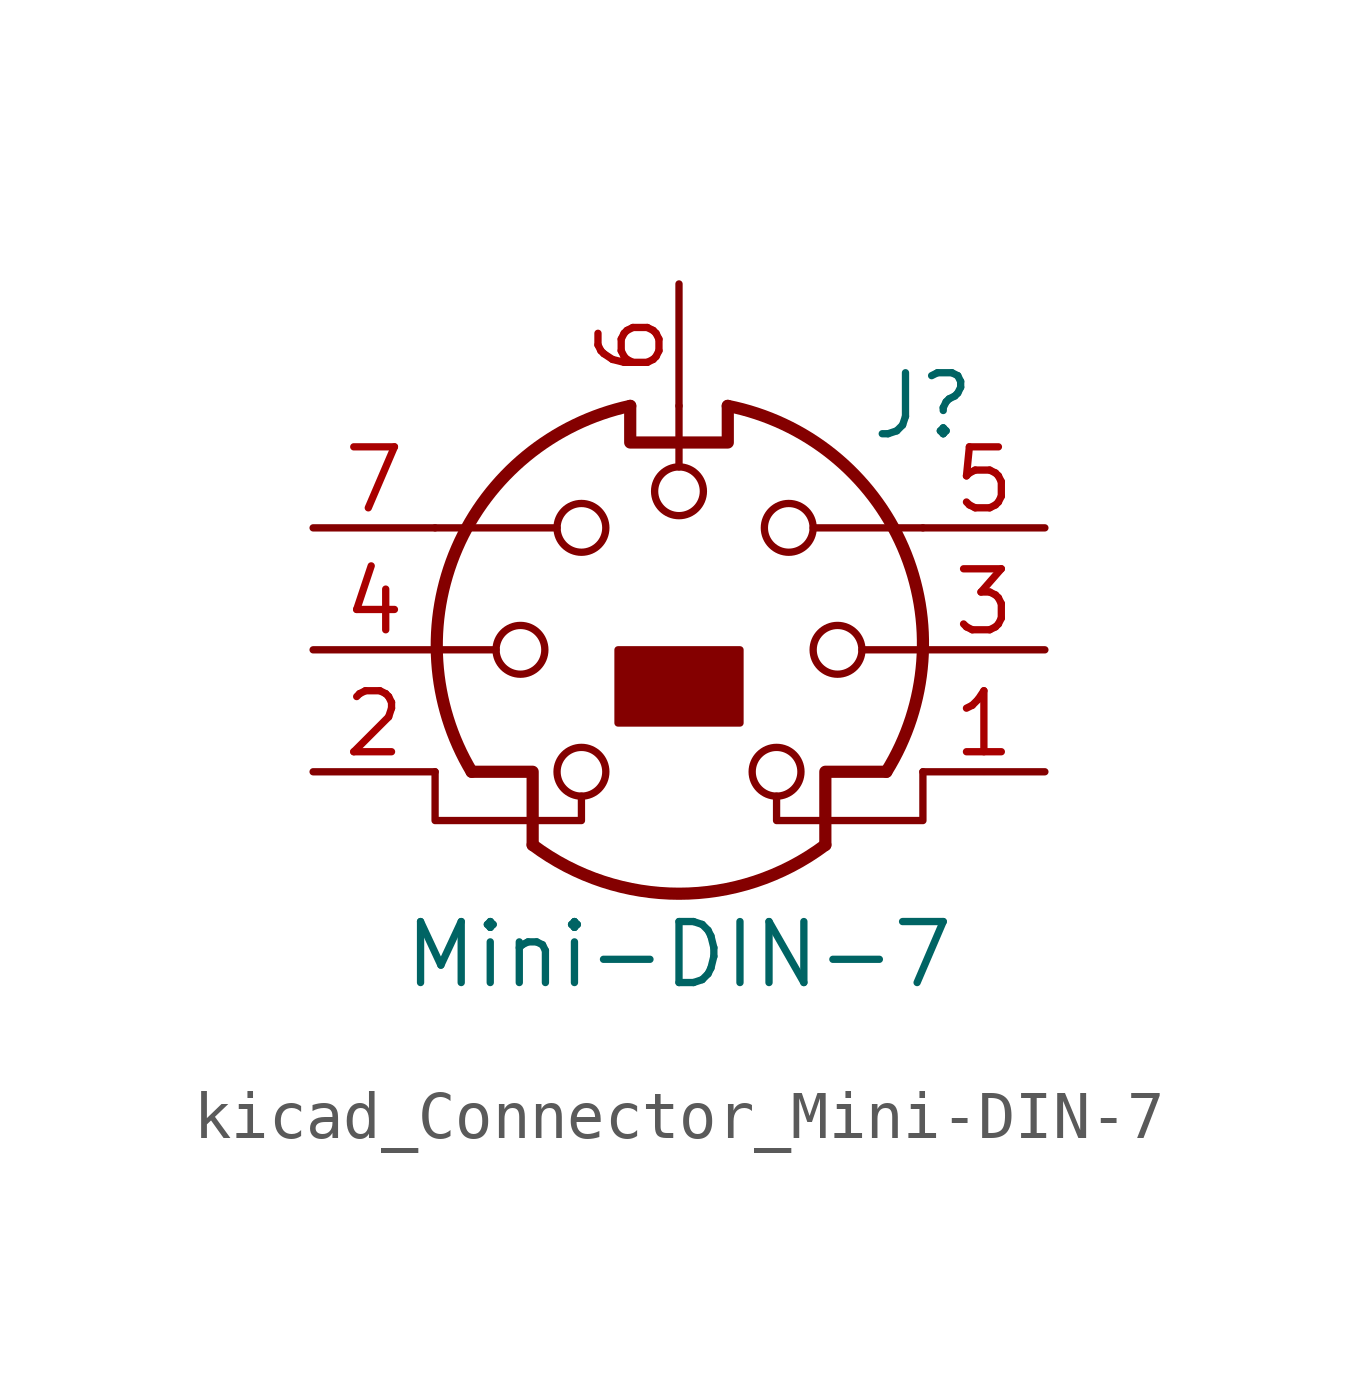
<source format=kicad_sym>
(kicad_symbol_lib
  (version 20220914)
  (generator kicad_symbol_editor)
  (symbol "kicad_Connector_Mini-DIN-7"
    (pin_names
      (offset 1.016))
    (property "Reference" "J"
      (at 5.08 5.08 0)
      (effects (font (size 1.27 1.27))))
    (property "Value" "Mini-DIN-7"
      (at 0 -6.35 0)
      (effects (font (size 1.27 1.27))))
    (symbol "kicad_Connector_Mini-DIN-7_0_1"
      (circle (center -3.302 0) (radius 0.508) (stroke (width 0) (type default)) (fill (type none)))
      (arc (start -3.048 -4.064) (mid 0 -5.08) (end 3.048 -4.064) (stroke (width 0.254) (type default)) (fill (type none)))
      (circle (center -2.032 -2.54) (radius 0.508) (stroke (width 0) (type default)) (fill (type none)))
      (circle (center -2.032 2.54) (radius 0.508) (stroke (width 0) (type default)) (fill (type none)))
      (arc (start -1.016 5.08) (mid -4.6228 2.1214) (end -4.318 -2.54) (stroke (width 0.254) (type default)) (fill (type none)))
      (polyline (pts (xy -3.81 0) (xy -5.08 0)) (stroke (width 0) (type default)) (fill (type none)))
      (polyline (pts (xy -2.54 2.54) (xy -5.08 2.54)) (stroke (width 0) (type default)) (fill (type none)))
      (polyline (pts (xy 0 3.81) (xy 0 5.08)) (stroke (width 0) (type default)) (fill (type none)))
      (polyline (pts (xy 2.794 2.54) (xy 5.08 2.54)) (stroke (width 0) (type default)) (fill (type none)))
      (polyline (pts (xy 5.08 0) (xy 3.81 0)) (stroke (width 0) (type default)) (fill (type none)))
      (polyline (pts (xy -4.318 -2.54) (xy -3.048 -2.54) (xy -3.048 -4.064)) (stroke (width 0.254) (type default)) (fill (type none)))
      (polyline (pts (xy 4.318 -2.54) (xy 3.048 -2.54) (xy 3.048 -4.064)) (stroke (width 0.254) (type default)) (fill (type none)))
      (polyline (pts (xy -2.032 -3.048) (xy -2.032 -3.556) (xy -5.08 -3.556) (xy -5.08 -2.54)) (stroke (width 0) (type default)) (fill (type none)))
      (polyline (pts (xy -1.016 5.08) (xy -1.016 4.318) (xy 1.016 4.318) (xy 1.016 5.08)) (stroke (width 0.254) (type default)) (fill (type none)))
      (polyline (pts (xy 2.032 -3.048) (xy 2.032 -3.556) (xy 5.08 -3.556) (xy 5.08 -2.54)) (stroke (width 0) (type default)) (fill (type none)))
      (circle (center 0 3.302) (radius 0.508) (stroke (width 0) (type default)) (fill (type none)))
      (circle (center 2.032 -2.54) (radius 0.508) (stroke (width 0) (type default)) (fill (type none)))
      (circle (center 2.286 2.54) (radius 0.508) (stroke (width 0) (type default)) (fill (type none)))
      (circle (center 3.302 0) (radius 0.508) (stroke (width 0) (type default)) (fill (type none)))
      (arc (start 4.318 -2.54) (mid 4.6661 2.1322) (end 1.016 5.08) (stroke (width 0.254) (type default)) (fill (type none))))
    (symbol "kicad_Connector_Mini-DIN-7_1_1"
      (rectangle (start -1.27 -1.524) (end 1.27 0) (stroke (width 0) (type default)) (fill (type outline)))
      (pin passive line (at 7.62 -2.54 180) (length 2.54) (name "~" (effects (font (size 1.27 1.27)))) (number "1" (effects (font (size 1.27 1.27)))))
      (pin passive line (at -7.62 -2.54 0) (length 2.54) (name "~" (effects (font (size 1.27 1.27)))) (number "2" (effects (font (size 1.27 1.27)))))
      (pin passive line (at 7.62 0 180) (length 2.54) (name "~" (effects (font (size 1.27 1.27)))) (number "3" (effects (font (size 1.27 1.27)))))
      (pin passive line (at -7.62 0 0) (length 2.54) (name "~" (effects (font (size 1.27 1.27)))) (number "4" (effects (font (size 1.27 1.27)))))
      (pin passive line (at 7.62 2.54 180) (length 2.54) (name "~" (effects (font (size 1.27 1.27)))) (number "5" (effects (font (size 1.27 1.27)))))
      (pin passive line (at 0 7.62 270) (length 2.54) (name "~" (effects (font (size 1.27 1.27)))) (number "6" (effects (font (size 1.27 1.27)))))
      (pin passive line (at -7.62 2.54 0) (length 2.54) (name "~" (effects (font (size 1.27 1.27)))) (number "7" (effects (font (size 1.27 1.27))))))))
</source>
